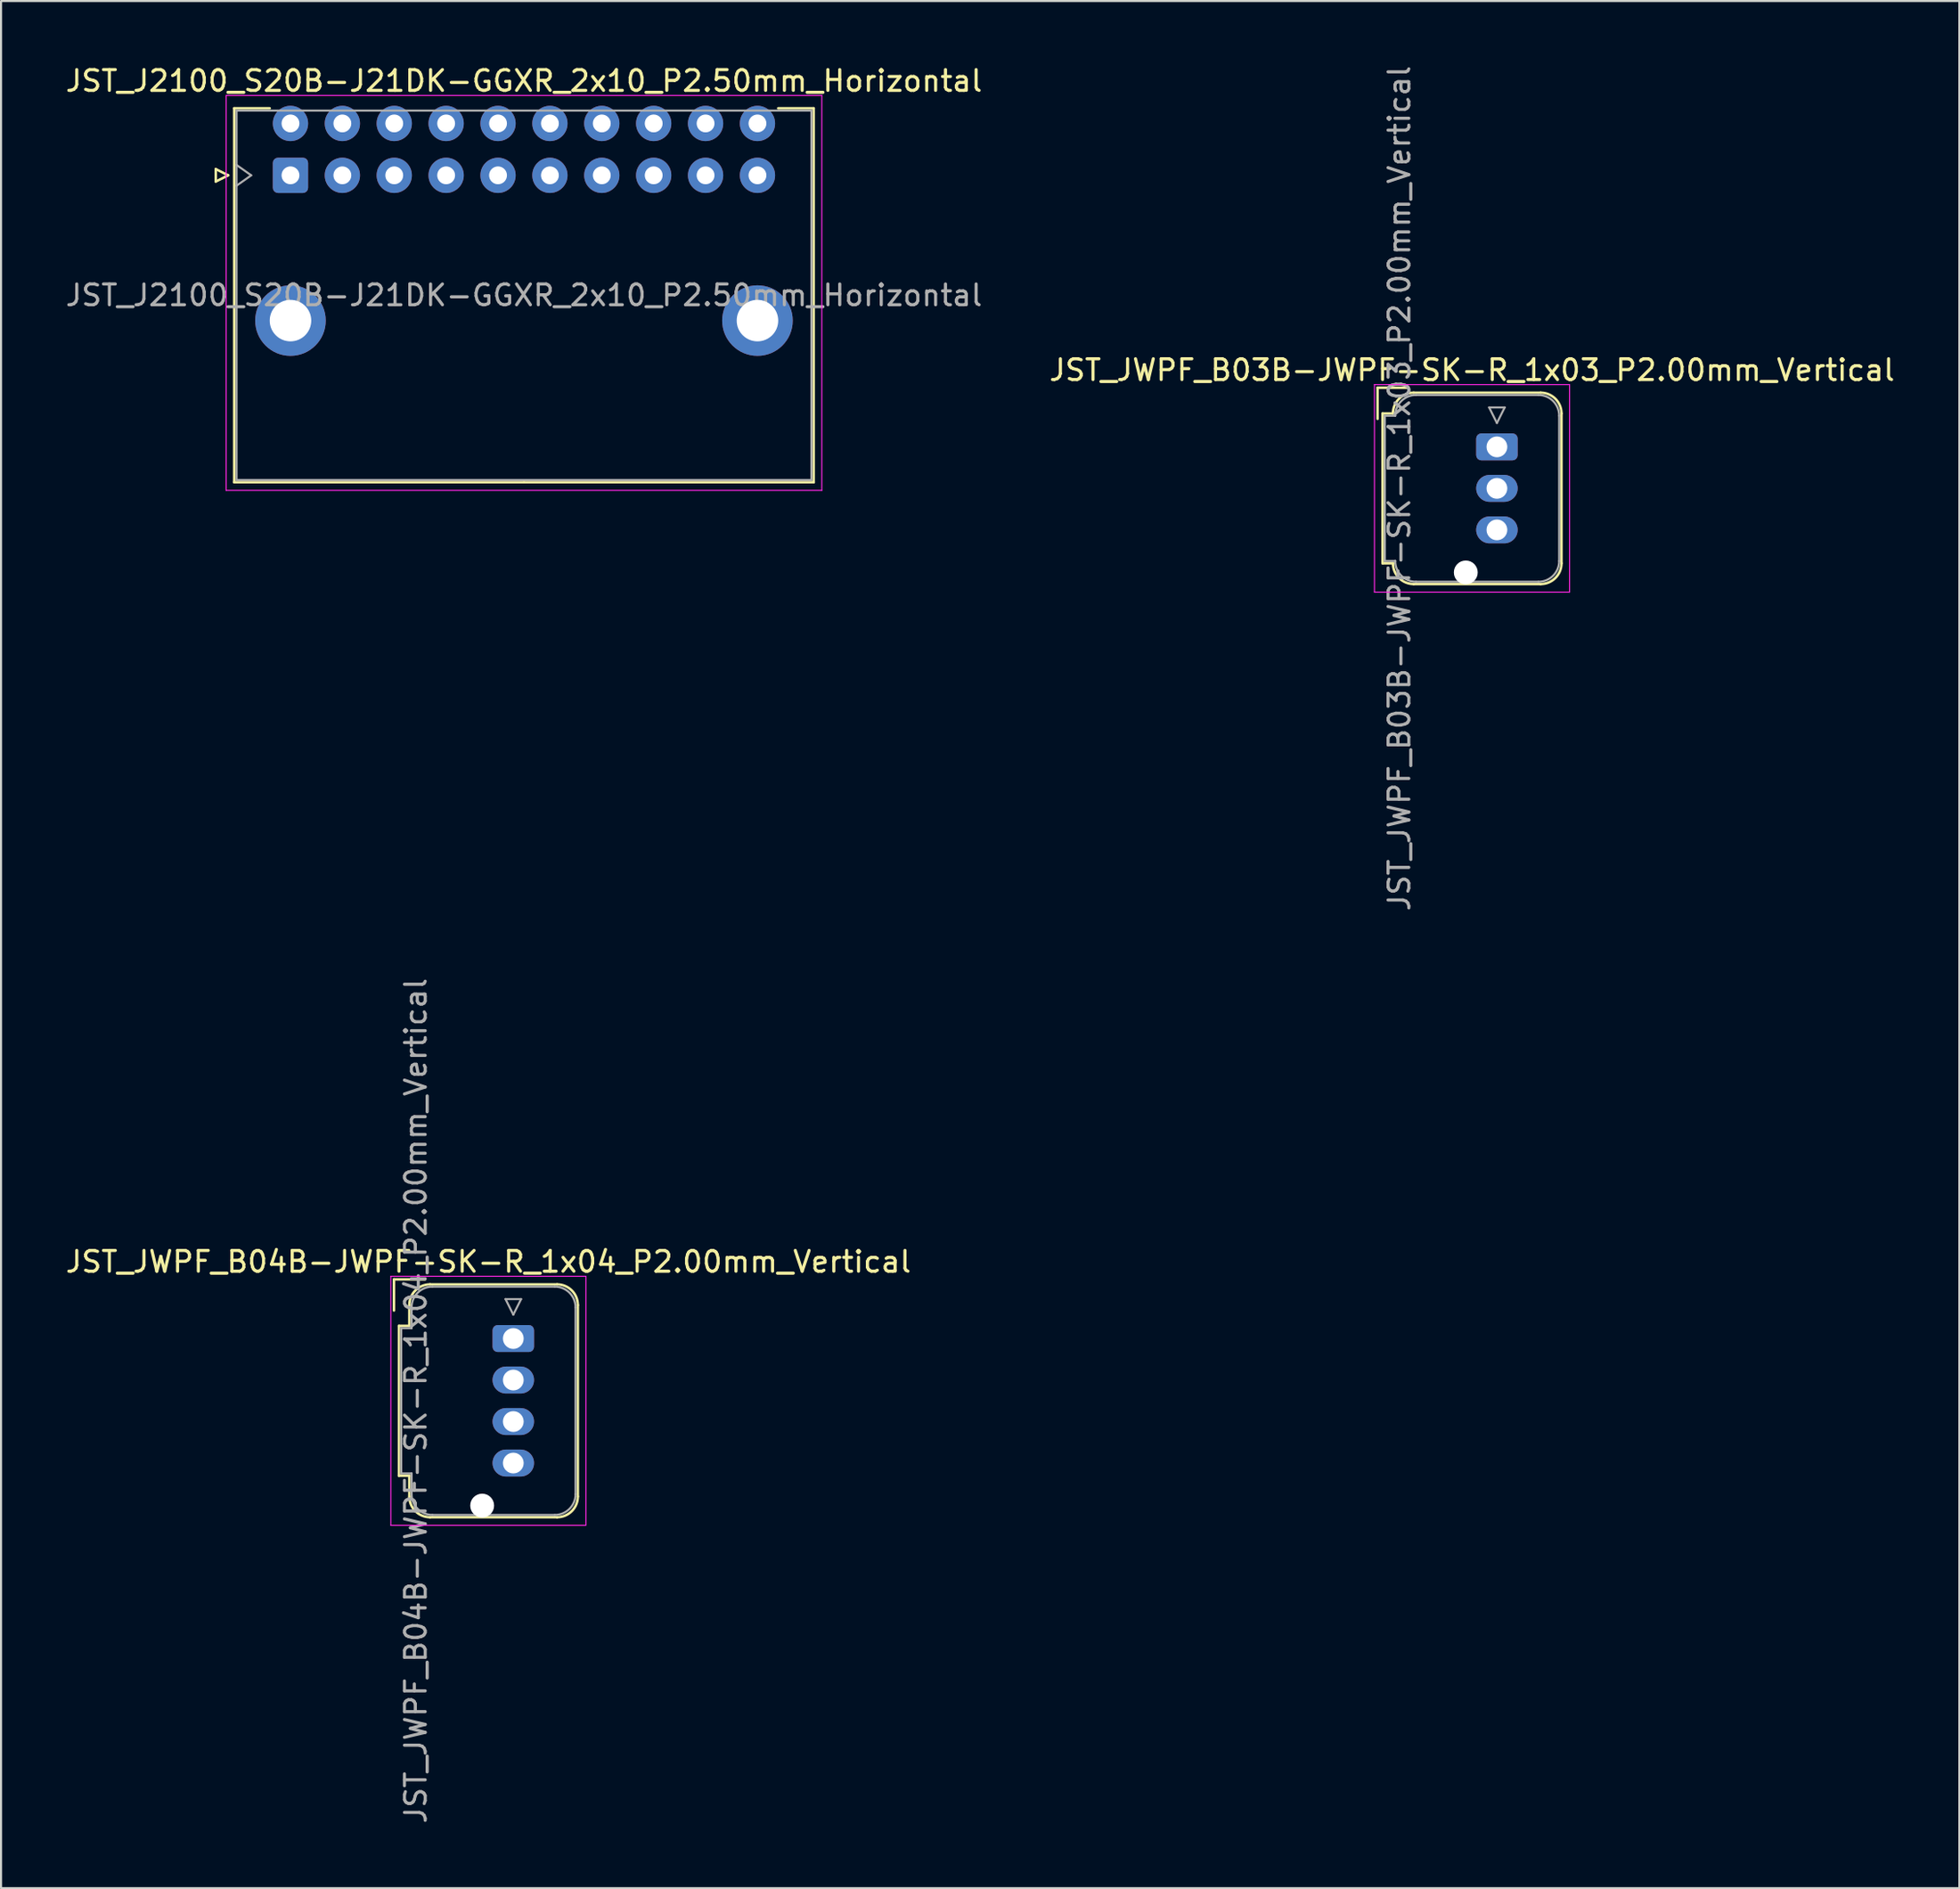
<source format=kicad_pcb>
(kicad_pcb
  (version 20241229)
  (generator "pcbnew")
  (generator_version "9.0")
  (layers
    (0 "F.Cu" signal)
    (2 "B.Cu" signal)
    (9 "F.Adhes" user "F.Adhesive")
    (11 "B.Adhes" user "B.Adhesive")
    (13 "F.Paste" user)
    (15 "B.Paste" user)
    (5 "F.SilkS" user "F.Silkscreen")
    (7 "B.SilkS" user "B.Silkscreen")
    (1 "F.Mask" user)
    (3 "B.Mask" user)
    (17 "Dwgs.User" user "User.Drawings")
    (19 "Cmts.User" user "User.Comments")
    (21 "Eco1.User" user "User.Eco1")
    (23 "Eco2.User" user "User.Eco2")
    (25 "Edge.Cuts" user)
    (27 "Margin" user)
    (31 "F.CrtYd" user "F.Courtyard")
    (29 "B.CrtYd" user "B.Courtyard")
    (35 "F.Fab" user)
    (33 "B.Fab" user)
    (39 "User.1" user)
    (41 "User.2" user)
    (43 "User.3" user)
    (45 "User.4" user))
  (footprint "JST_JWPF_B04B-JWPF-SK-R_1x04_P2.00mm_Vertical"
    (layer "F.Cu")
    (at 21.682 61.446)
    (property "Reference" "JST_JWPF_B04B-JWPF-SK-R_1x04_P2.00mm_Vertical" (at -1.2 -3.7 0) (layer "F.SilkS") (effects (font (size 1 1) (thickness 0.15))))
    (attr through_hole)
    (fp_line (start -5.75 -2.85) (end -4.25 -2.85) (stroke (width 0.12) (type solid)) (layer "F.SilkS"))
    (fp_line (start -5.75 -1.35) (end -5.75 -2.85) (stroke (width 0.12) (type solid)) (layer "F.SilkS"))
    (fp_line (start -5.51 -0.61) (end -5.51 6.61) (stroke (width 0.12) (type solid)) (layer "F.SilkS"))
    (fp_line (start -5.51 6.61) (end -5.01 6.61) (stroke (width 0.12) (type solid)) (layer "F.SilkS"))
    (fp_line (start -5.01 -1.61) (end -5.01 -0.61) (stroke (width 0.12) (type solid)) (layer "F.SilkS"))
    (fp_line (start -5.01 -0.61) (end -5.51 -0.61) (stroke (width 0.12) (type solid)) (layer "F.SilkS"))
    (fp_line (start -5.01 6.61) (end -5.01 7.61) (stroke (width 0.12) (type solid)) (layer "F.SilkS"))
    (fp_line (start -4.01 -2.61) (end 2.11 -2.61) (stroke (width 0.12) (type solid)) (layer "F.SilkS"))
    (fp_line (start -4.01 8.61) (end 2.11 8.61) (stroke (width 0.12) (type solid)) (layer "F.SilkS"))
    (fp_line (start 3.11 -1.61) (end 3.11 7.61) (stroke (width 0.12) (type solid)) (layer "F.SilkS"))
    (fp_arc (start -5.01 -1.61) (mid -4.717107 -2.317107) (end -4.01 -2.61) (stroke (width 0.12) (type solid)) (layer "F.SilkS"))
    (fp_arc (start -4.01 8.61) (mid -4.717107 8.317107) (end -5.01 7.61) (stroke (width 0.12) (type solid)) (layer "F.SilkS"))
    (fp_arc (start 2.11 -2.61) (mid 2.817107 -2.317107) (end 3.11 -1.61) (stroke (width 0.12) (type solid)) (layer "F.SilkS"))
    (fp_arc (start 3.11 7.61) (mid 2.817107 8.317107) (end 2.11 8.61) (stroke (width 0.12) (type solid)) (layer "F.SilkS"))
    (fp_line (start -5.9 -3) (end -5.9 9) (stroke (width 0.05) (type solid)) (layer "F.CrtYd"))
    (fp_line (start -5.9 9) (end 3.5 9) (stroke (width 0.05) (type solid)) (layer "F.CrtYd"))
    (fp_line (start 3.5 -3) (end -5.9 -3) (stroke (width 0.05) (type solid)) (layer "F.CrtYd"))
    (fp_line (start 3.5 9) (end 3.5 -3) (stroke (width 0.05) (type solid)) (layer "F.CrtYd"))
    (fp_line (start -5.4 -0.5) (end -5.4 6.5) (stroke (width 0.1) (type solid)) (layer "F.Fab"))
    (fp_line (start -5.4 6.5) (end -4.9 6.5) (stroke (width 0.1) (type solid)) (layer "F.Fab"))
    (fp_line (start -4.9 -1.5) (end -4.9 -0.5) (stroke (width 0.1) (type solid)) (layer "F.Fab"))
    (fp_line (start -4.9 -0.5) (end -5.4 -0.5) (stroke (width 0.1) (type solid)) (layer "F.Fab"))
    (fp_line (start -4.9 6.5) (end -4.9 7.5) (stroke (width 0.1) (type solid)) (layer "F.Fab"))
    (fp_line (start -3.9 -2.5) (end 2 -2.5) (stroke (width 0.1) (type solid)) (layer "F.Fab"))
    (fp_line (start -3.9 8.5) (end 2 8.5) (stroke (width 0.1) (type solid)) (layer "F.Fab"))
    (fp_line (start -0.375 -1.9) (end 0.375 -1.9) (stroke (width 0.1) (type solid)) (layer "F.Fab"))
    (fp_line (start 0 -1.15) (end -0.375 -1.9) (stroke (width 0.1) (type solid)) (layer "F.Fab"))
    (fp_line (start 0.375 -1.9) (end 0 -1.15) (stroke (width 0.1) (type solid)) (layer "F.Fab"))
    (fp_line (start 3 -1.5) (end 3 7.5) (stroke (width 0.1) (type solid)) (layer "F.Fab"))
    (fp_arc (start -4.9 -1.5) (mid -4.607107 -2.207107) (end -3.9 -2.5) (stroke (width 0.1) (type solid)) (layer "F.Fab"))
    (fp_arc (start -3.9 8.5) (mid -4.607107 8.207107) (end -4.9 7.5) (stroke (width 0.1) (type solid)) (layer "F.Fab"))
    (fp_arc (start 2 -2.5) (mid 2.707107 -2.207107) (end 3 -1.5) (stroke (width 0.1) (type solid)) (layer "F.Fab"))
    (fp_arc (start 3 7.5) (mid 2.707107 8.207107) (end 2 8.5) (stroke (width 0.1) (type solid)) (layer "F.Fab"))
    (fp_text user "${REFERENCE}" (at -4.7 3 90) (layer "F.Fab") (effects (font (size 1 1) (thickness 0.15))))
    (pad "" np_thru_hole circle (at -1.5 8.05) (size 1.15 1.15) (drill 1.15) (layers "*.Cu" "*.Mask"))
    (pad "1" thru_hole roundrect (at 0 0) (size 2 1.3) (drill 1) (layers "*.Cu" "*.Mask") (roundrect_rratio 0.192))
    (pad "2" thru_hole oval (at 0 2) (size 2 1.3) (drill 1) (layers "*.Cu" "*.Mask"))
    (pad "3" thru_hole oval (at 0 4) (size 2 1.3) (drill 1) (layers "*.Cu" "*.Mask"))
    (pad "4" thru_hole oval (at 0 6) (size 2 1.3) (drill 1) (layers "*.Cu" "*.Mask")))
  (footprint "JST_JWPF_B03B-JWPF-SK-R_1x03_P2.00mm_Vertical"
    (layer "F.Cu")
    (at 69.075 18.482)
    (property "Reference" "JST_JWPF_B03B-JWPF-SK-R_1x03_P2.00mm_Vertical" (at -1.2 -3.7 0) (layer "F.SilkS") (effects (font (size 1 1) (thickness 0.15))))
    (attr through_hole)
    (fp_line (start -5.75 -2.85) (end -4.25 -2.85) (stroke (width 0.12) (type solid)) (layer "F.SilkS"))
    (fp_line (start -5.75 -1.35) (end -5.75 -2.85) (stroke (width 0.12) (type solid)) (layer "F.SilkS"))
    (fp_line (start -5.51 -1.61) (end -5.51 5.61) (stroke (width 0.12) (type solid)) (layer "F.SilkS"))
    (fp_line (start -5.51 5.61) (end -5.01 5.61) (stroke (width 0.12) (type solid)) (layer "F.SilkS"))
    (fp_line (start -5.01 -1.61) (end -5.51 -1.61) (stroke (width 0.12) (type solid)) (layer "F.SilkS"))
    (fp_line (start -5.01 -1.61) (end -5.01 -1.61) (stroke (width 0.12) (type solid)) (layer "F.SilkS"))
    (fp_line (start -5.01 5.61) (end -5.01 5.61) (stroke (width 0.12) (type solid)) (layer "F.SilkS"))
    (fp_line (start -4.01 -2.61) (end 2.11 -2.61) (stroke (width 0.12) (type solid)) (layer "F.SilkS"))
    (fp_line (start -4.01 6.61) (end 2.11 6.61) (stroke (width 0.12) (type solid)) (layer "F.SilkS"))
    (fp_line (start 3.11 -1.61) (end 3.11 5.61) (stroke (width 0.12) (type solid)) (layer "F.SilkS"))
    (fp_arc (start -5.01 -1.61) (mid -4.717107 -2.317107) (end -4.01 -2.61) (stroke (width 0.12) (type solid)) (layer "F.SilkS"))
    (fp_arc (start -4.01 6.61) (mid -4.717107 6.317107) (end -5.01 5.61) (stroke (width 0.12) (type solid)) (layer "F.SilkS"))
    (fp_arc (start 2.11 -2.61) (mid 2.817107 -2.317107) (end 3.11 -1.61) (stroke (width 0.12) (type solid)) (layer "F.SilkS"))
    (fp_arc (start 3.11 5.61) (mid 2.817107 6.317107) (end 2.11 6.61) (stroke (width 0.12) (type solid)) (layer "F.SilkS"))
    (fp_line (start -5.9 -3) (end -5.9 7) (stroke (width 0.05) (type solid)) (layer "F.CrtYd"))
    (fp_line (start -5.9 7) (end 3.5 7) (stroke (width 0.05) (type solid)) (layer "F.CrtYd"))
    (fp_line (start 3.5 -3) (end -5.9 -3) (stroke (width 0.05) (type solid)) (layer "F.CrtYd"))
    (fp_line (start 3.5 7) (end 3.5 -3) (stroke (width 0.05) (type solid)) (layer "F.CrtYd"))
    (fp_line (start -5.4 -1.5) (end -5.4 5.5) (stroke (width 0.1) (type solid)) (layer "F.Fab"))
    (fp_line (start -5.4 5.5) (end -4.9 5.5) (stroke (width 0.1) (type solid)) (layer "F.Fab"))
    (fp_line (start -4.9 -1.5) (end -5.4 -1.5) (stroke (width 0.1) (type solid)) (layer "F.Fab"))
    (fp_line (start -4.9 -1.5) (end -4.9 -1.5) (stroke (width 0.1) (type solid)) (layer "F.Fab"))
    (fp_line (start -4.9 5.5) (end -4.9 5.5) (stroke (width 0.1) (type solid)) (layer "F.Fab"))
    (fp_line (start -3.9 -2.5) (end 2 -2.5) (stroke (width 0.1) (type solid)) (layer "F.Fab"))
    (fp_line (start -3.9 6.5) (end 2 6.5) (stroke (width 0.1) (type solid)) (layer "F.Fab"))
    (fp_line (start -0.375 -1.9) (end 0.375 -1.9) (stroke (width 0.1) (type solid)) (layer "F.Fab"))
    (fp_line (start 0 -1.15) (end -0.375 -1.9) (stroke (width 0.1) (type solid)) (layer "F.Fab"))
    (fp_line (start 0.375 -1.9) (end 0 -1.15) (stroke (width 0.1) (type solid)) (layer "F.Fab"))
    (fp_line (start 3 -1.5) (end 3 5.5) (stroke (width 0.1) (type solid)) (layer "F.Fab"))
    (fp_arc (start -4.9 -1.5) (mid -4.607107 -2.207107) (end -3.9 -2.5) (stroke (width 0.1) (type solid)) (layer "F.Fab"))
    (fp_arc (start -3.9 6.5) (mid -4.607107 6.207107) (end -4.9 5.5) (stroke (width 0.1) (type solid)) (layer "F.Fab"))
    (fp_arc (start 2 -2.5) (mid 2.707107 -2.207107) (end 3 -1.5) (stroke (width 0.1) (type solid)) (layer "F.Fab"))
    (fp_arc (start 3 5.5) (mid 2.707107 6.207107) (end 2 6.5) (stroke (width 0.1) (type solid)) (layer "F.Fab"))
    (fp_text user "${REFERENCE}" (at -4.7 2 90) (layer "F.Fab") (effects (font (size 1 1) (thickness 0.15))))
    (pad "" np_thru_hole circle (at -1.5 6.05) (size 1.15 1.15) (drill 1.15) (layers "*.Cu" "*.Mask"))
    (pad "1" thru_hole roundrect (at 0 0) (size 2 1.3) (drill 1) (layers "*.Cu" "*.Mask") (roundrect_rratio 0.192))
    (pad "2" thru_hole oval (at 0 2) (size 2 1.3) (drill 1) (layers "*.Cu" "*.Mask"))
    (pad "3" thru_hole oval (at 0 4) (size 2 1.3) (drill 1) (layers "*.Cu" "*.Mask")))
  (footprint "JST_J2100_S20B-J21DK-GGXR_2x10_P2.50mm_Horizontal"
    (layer "F.Cu")
    (at 10.946 5.398)
    (property "Reference" "JST_J2100_S20B-J21DK-GGXR_2x10_P2.50mm_Horizontal" (at 11.25 -4.55 0) (layer "F.SilkS") (effects (font (size 1 1) (thickness 0.15))))
    (attr through_hole)
    (fp_line (start -3.6 -0.3) (end -3 0) (stroke (width 0.12) (type solid)) (layer "F.SilkS"))
    (fp_line (start -3.6 0.3) (end -3.6 -0.3) (stroke (width 0.12) (type solid)) (layer "F.SilkS"))
    (fp_line (start -3 0) (end -3.6 0.3) (stroke (width 0.12) (type solid)) (layer "F.SilkS"))
    (fp_line (start -2.71 -3.23) (end -2.71 14.79) (stroke (width 0.12) (type solid)) (layer "F.SilkS"))
    (fp_line (start -2.71 14.79) (end 11.25 14.79) (stroke (width 0.12) (type solid)) (layer "F.SilkS"))
    (fp_line (start -1 -3.23) (end -2.71 -3.23) (stroke (width 0.12) (type solid)) (layer "F.SilkS"))
    (fp_line (start 23.5 -3.23) (end 25.21 -3.23) (stroke (width 0.12) (type solid)) (layer "F.SilkS"))
    (fp_line (start 25.21 -3.23) (end 25.21 14.79) (stroke (width 0.12) (type solid)) (layer "F.SilkS"))
    (fp_line (start 25.21 14.79) (end 11.25 14.79) (stroke (width 0.12) (type solid)) (layer "F.SilkS"))
    (fp_line (start -3.1 -3.85) (end -3.1 15.18) (stroke (width 0.05) (type solid)) (layer "F.CrtYd"))
    (fp_line (start -3.1 15.18) (end 25.6 15.18) (stroke (width 0.05) (type solid)) (layer "F.CrtYd"))
    (fp_line (start 25.6 -3.85) (end -3.1 -3.85) (stroke (width 0.05) (type solid)) (layer "F.CrtYd"))
    (fp_line (start 25.6 15.18) (end 25.6 -3.85) (stroke (width 0.05) (type solid)) (layer "F.CrtYd"))
    (fp_line (start -2.6 -3.12) (end -2.6 14.68) (stroke (width 0.1) (type solid)) (layer "F.Fab"))
    (fp_line (start -2.6 0.5) (end -1.893 0) (stroke (width 0.1) (type solid)) (layer "F.Fab"))
    (fp_line (start -2.6 14.68) (end 25.1 14.68) (stroke (width 0.1) (type solid)) (layer "F.Fab"))
    (fp_line (start -1.893 0) (end -2.6 -0.5) (stroke (width 0.1) (type solid)) (layer "F.Fab"))
    (fp_line (start 25.1 -3.12) (end -2.6 -3.12) (stroke (width 0.1) (type solid)) (layer "F.Fab"))
    (fp_line (start 25.1 14.68) (end 25.1 -3.12) (stroke (width 0.1) (type solid)) (layer "F.Fab"))
    (fp_text user "${REFERENCE}" (at 11.25 5.78 0) (layer "F.Fab") (effects (font (size 1 1) (thickness 0.15))))
    (pad "" thru_hole circle (at 0 7) (size 3.4 3.4) (drill 2) (layers "*.Cu" "*.Mask"))
    (pad "" thru_hole circle (at 22.5 7) (size 3.4 3.4) (drill 2) (layers "*.Cu" "*.Mask"))
    (pad "1" thru_hole roundrect (at 0 0) (size 1.7 1.7) (drill 0.86) (layers "*.Cu" "*.Mask") (roundrect_rratio 0.147))
    (pad "2" thru_hole circle (at 2.5 0) (size 1.7 1.7) (drill 0.86) (layers "*.Cu" "*.Mask"))
    (pad "3" thru_hole circle (at 5 0) (size 1.7 1.7) (drill 0.86) (layers "*.Cu" "*.Mask"))
    (pad "4" thru_hole circle (at 7.5 0) (size 1.7 1.7) (drill 0.86) (layers "*.Cu" "*.Mask"))
    (pad "5" thru_hole circle (at 10 0) (size 1.7 1.7) (drill 0.86) (layers "*.Cu" "*.Mask"))
    (pad "6" thru_hole circle (at 12.5 0) (size 1.7 1.7) (drill 0.86) (layers "*.Cu" "*.Mask"))
    (pad "7" thru_hole circle (at 15 0) (size 1.7 1.7) (drill 0.86) (layers "*.Cu" "*.Mask"))
    (pad "8" thru_hole circle (at 17.5 0) (size 1.7 1.7) (drill 0.86) (layers "*.Cu" "*.Mask"))
    (pad "9" thru_hole circle (at 20 0) (size 1.7 1.7) (drill 0.86) (layers "*.Cu" "*.Mask"))
    (pad "10" thru_hole circle (at 22.5 0) (size 1.7 1.7) (drill 0.86) (layers "*.Cu" "*.Mask"))
    (pad "11" thru_hole circle (at 0 -2.5) (size 1.7 1.7) (drill 0.86) (layers "*.Cu" "*.Mask"))
    (pad "12" thru_hole circle (at 2.5 -2.5) (size 1.7 1.7) (drill 0.86) (layers "*.Cu" "*.Mask"))
    (pad "13" thru_hole circle (at 5 -2.5) (size 1.7 1.7) (drill 0.86) (layers "*.Cu" "*.Mask"))
    (pad "14" thru_hole circle (at 7.5 -2.5) (size 1.7 1.7) (drill 0.86) (layers "*.Cu" "*.Mask"))
    (pad "15" thru_hole circle (at 10 -2.5) (size 1.7 1.7) (drill 0.86) (layers "*.Cu" "*.Mask"))
    (pad "16" thru_hole circle (at 12.5 -2.5) (size 1.7 1.7) (drill 0.86) (layers "*.Cu" "*.Mask"))
    (pad "17" thru_hole circle (at 15 -2.5) (size 1.7 1.7) (drill 0.86) (layers "*.Cu" "*.Mask"))
    (pad "18" thru_hole circle (at 17.5 -2.5) (size 1.7 1.7) (drill 0.86) (layers "*.Cu" "*.Mask"))
    (pad "19" thru_hole circle (at 20 -2.5) (size 1.7 1.7) (drill 0.86) (layers "*.Cu" "*.Mask"))
    (pad "20" thru_hole circle (at 22.5 -2.5) (size 1.7 1.7) (drill 0.86) (layers "*.Cu" "*.Mask")))
  (gr_rect
    (start -3 -3)
    (end 91.357 87.929)
    (stroke (width 0.1) (type default))
    (fill no)
    (layer "Edge.Cuts")))
</source>
